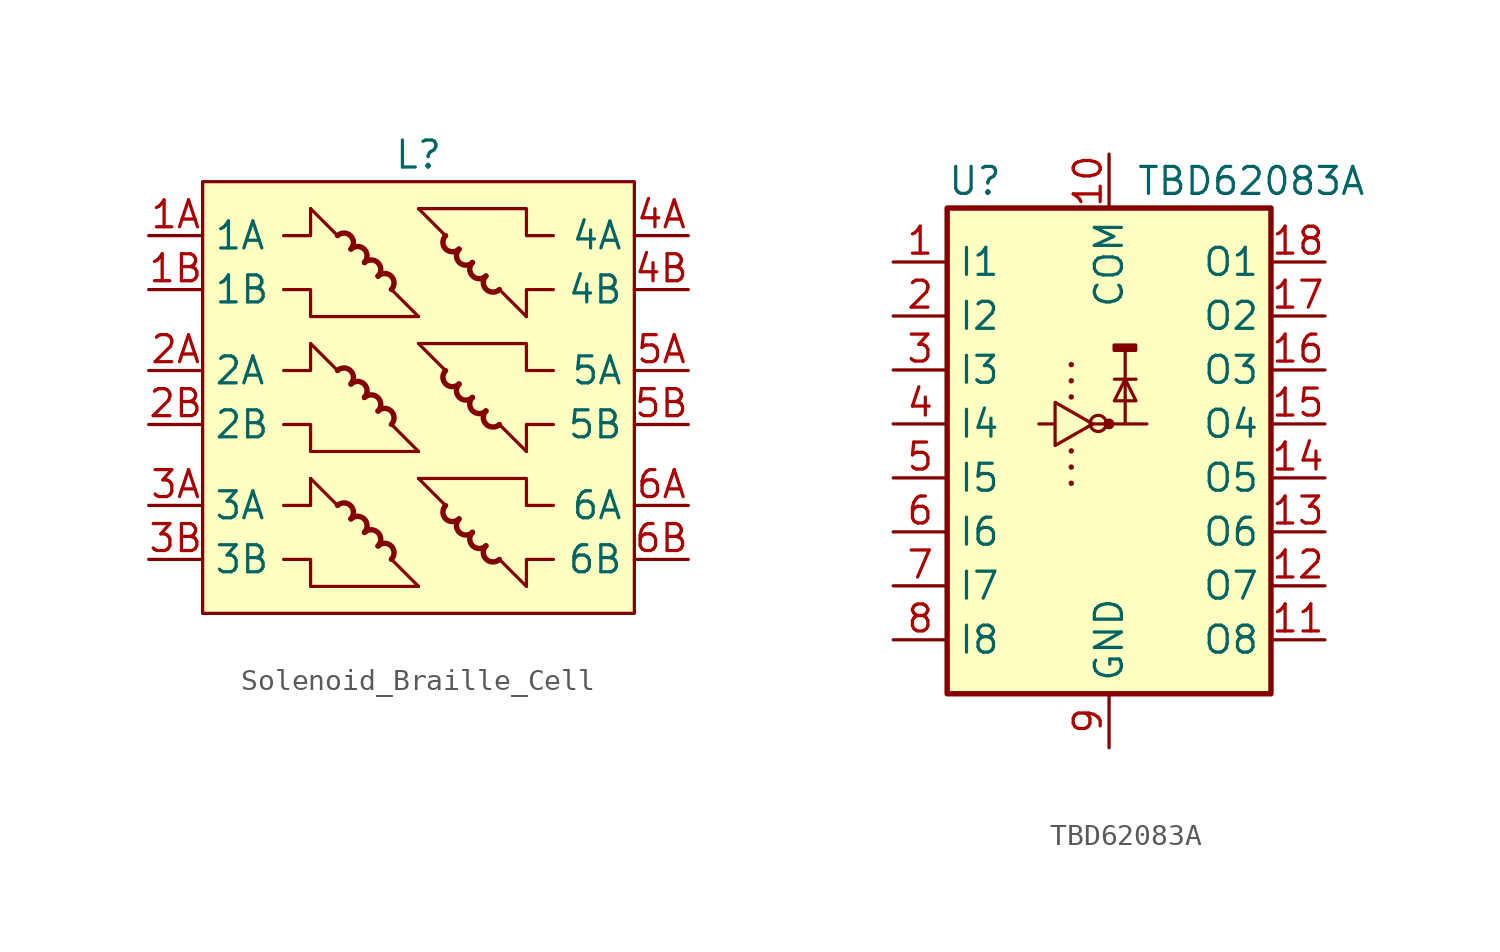
<source format=kicad_sym>
(kicad_symbol_lib
  (version 20231120)
  (generator "kicad_symbol_editor")
  (generator_version "8.0")
  (symbol "Solenoid_Braille_Cell"
    (property "Reference" "L"
      (at 0 11.43 0)
      (effects (font (size 1.27 1.27))))
    (property "Value" ""
      (at -1.27 5.08 0)
      (effects (font (size 1.27 1.27))))
    (symbol "Solenoid_Braille_Cell_0_1"
      (polyline (pts (xy -3.81 -5.08) (xy -5.08 -3.81)) (stroke (width 0) (type default)) (fill (type none)))
      (polyline (pts (xy -3.81 1.27) (xy -5.08 2.54)) (stroke (width 0) (type default)) (fill (type none)))
      (polyline (pts (xy -3.81 7.62) (xy -5.08 8.89)) (stroke (width 0) (type default)) (fill (type none)))
      (polyline (pts (xy 0 -8.89) (xy -1.27 -7.62)) (stroke (width 0) (type default)) (fill (type none)))
      (polyline (pts (xy 0 -3.81) (xy 1.27 -5.08)) (stroke (width 0) (type default)) (fill (type none)))
      (polyline (pts (xy 0 -2.54) (xy -1.27 -1.27)) (stroke (width 0) (type default)) (fill (type none)))
      (polyline (pts (xy 0 2.54) (xy 1.27 1.27)) (stroke (width 0) (type default)) (fill (type none)))
      (polyline (pts (xy 0 3.81) (xy -1.27 5.08)) (stroke (width 0) (type default)) (fill (type none)))
      (polyline (pts (xy 0 8.89) (xy 1.27 7.62)) (stroke (width 0) (type default)) (fill (type none)))
      (polyline (pts (xy 3.81 -7.62) (xy 5.08 -8.89)) (stroke (width 0) (type default)) (fill (type none)))
      (polyline (pts (xy 3.81 -1.27) (xy 5.08 -2.54)) (stroke (width 0) (type default)) (fill (type none)))
      (polyline (pts (xy 3.81 5.08) (xy 5.08 3.81)) (stroke (width 0) (type default)) (fill (type none)))
      (polyline (pts (xy -5.08 -3.81) (xy -5.08 -5.08) (xy -6.35 -5.08)) (stroke (width 0) (type default)) (fill (type none)))
      (polyline (pts (xy -5.08 2.54) (xy -5.08 1.27) (xy -6.35 1.27)) (stroke (width 0) (type default)) (fill (type none)))
      (polyline (pts (xy -5.08 8.89) (xy -5.08 7.62) (xy -6.35 7.62)) (stroke (width 0) (type default)) (fill (type none)))
      (polyline (pts (xy 5.08 -8.89) (xy 5.08 -7.62) (xy 6.35 -7.62)) (stroke (width 0) (type default)) (fill (type none)))
      (polyline (pts (xy 5.08 -2.54) (xy 5.08 -1.27) (xy 6.35 -1.27)) (stroke (width 0) (type default)) (fill (type none)))
      (polyline (pts (xy 5.08 3.81) (xy 5.08 5.08) (xy 6.35 5.08)) (stroke (width 0) (type default)) (fill (type none)))
      (polyline (pts (xy 0 -8.89) (xy -5.08 -8.89) (xy -5.08 -7.62) (xy -6.35 -7.62)) (stroke (width 0) (type default)) (fill (type none)))
      (polyline (pts (xy 0 -3.81) (xy 5.08 -3.81) (xy 5.08 -5.08) (xy 6.35 -5.08)) (stroke (width 0) (type default)) (fill (type none)))
      (polyline (pts (xy 0 -2.54) (xy -5.08 -2.54) (xy -5.08 -1.27) (xy -6.35 -1.27)) (stroke (width 0) (type default)) (fill (type none)))
      (polyline (pts (xy 0 2.54) (xy 5.08 2.54) (xy 5.08 1.27) (xy 6.35 1.27)) (stroke (width 0) (type default)) (fill (type none)))
      (polyline (pts (xy 0 3.81) (xy -5.08 3.81) (xy -5.08 5.08) (xy -6.35 5.08)) (stroke (width 0) (type default)) (fill (type none)))
      (polyline (pts (xy 0 8.89) (xy 5.08 8.89) (xy 5.08 7.62) (xy 6.35 7.62)) (stroke (width 0) (type default)) (fill (type none))))
    (symbol "Solenoid_Braille_Cell_1_1"
      (rectangle (start -10.16 10.16) (end 10.16 -10.16) (stroke (width 0) (type default)) (fill (type background)))
      (arc (start -3.175 -5.715) (mid -3.1862 -5.0912) (end -3.81 -5.08) (stroke (width 0.254) (type default)) (fill (type none)))
      (arc (start -3.175 0.635) (mid -3.1862 1.2588) (end -3.81 1.27) (stroke (width 0.254) (type default)) (fill (type none)))
      (arc (start -3.175 6.985) (mid -3.1862 7.6088) (end -3.81 7.62) (stroke (width 0.254) (type default)) (fill (type none)))
      (arc (start -2.54 -6.35) (mid -2.5462 -5.7212) (end -3.175 -5.715) (stroke (width 0.254) (type default)) (fill (type none)))
      (arc (start -2.54 0) (mid -2.5462 0.6288) (end -3.175 0.635) (stroke (width 0.254) (type default)) (fill (type none)))
      (arc (start -2.54 6.35) (mid -2.5462 6.9788) (end -3.175 6.985) (stroke (width 0.254) (type default)) (fill (type none)))
      (arc (start -1.905 -6.985) (mid -1.9144 -6.3594) (end -2.54 -6.35) (stroke (width 0.254) (type default)) (fill (type none)))
      (arc (start -1.905 -0.635) (mid -1.9144 -0.0094) (end -2.54 0) (stroke (width 0.254) (type default)) (fill (type none)))
      (arc (start -1.905 5.715) (mid -1.9144 6.3406) (end -2.54 6.35) (stroke (width 0.254) (type default)) (fill (type none)))
      (arc (start -1.27 -7.62) (mid -1.2798 -6.9899) (end -1.905 -6.985) (stroke (width 0.254) (type default)) (fill (type none)))
      (arc (start -1.27 -1.27) (mid -1.2798 -0.6399) (end -1.905 -0.635) (stroke (width 0.254) (type default)) (fill (type none)))
      (arc (start -1.27 5.08) (mid -1.2798 5.7101) (end -1.905 5.715) (stroke (width 0.254) (type default)) (fill (type none)))
      (arc (start 1.27 -5.08) (mid 1.2798 -5.7101) (end 1.905 -5.715) (stroke (width 0.254) (type default)) (fill (type none)))
      (arc (start 1.27 1.27) (mid 1.2798 0.6399) (end 1.905 0.635) (stroke (width 0.254) (type default)) (fill (type none)))
      (arc (start 1.27 7.62) (mid 1.2798 6.9899) (end 1.905 6.985) (stroke (width 0.254) (type default)) (fill (type none)))
      (arc (start 1.905 -5.715) (mid 1.9144 -6.3406) (end 2.54 -6.35) (stroke (width 0.254) (type default)) (fill (type none)))
      (arc (start 1.905 0.635) (mid 1.9144 0.0094) (end 2.54 0) (stroke (width 0.254) (type default)) (fill (type none)))
      (arc (start 1.905 6.985) (mid 1.9144 6.3594) (end 2.54 6.35) (stroke (width 0.254) (type default)) (fill (type none)))
      (arc (start 2.54 -6.35) (mid 2.5462 -6.9788) (end 3.175 -6.985) (stroke (width 0.254) (type default)) (fill (type none)))
      (arc (start 2.54 0) (mid 2.5462 -0.6288) (end 3.175 -0.635) (stroke (width 0.254) (type default)) (fill (type none)))
      (arc (start 2.54 6.35) (mid 2.5462 5.7212) (end 3.175 5.715) (stroke (width 0.254) (type default)) (fill (type none)))
      (arc (start 3.175 -6.985) (mid 3.1862 -7.6088) (end 3.81 -7.62) (stroke (width 0.254) (type default)) (fill (type none)))
      (arc (start 3.175 -0.635) (mid 3.1862 -1.2588) (end 3.81 -1.27) (stroke (width 0.254) (type default)) (fill (type none)))
      (arc (start 3.175 5.715) (mid 3.1862 5.0912) (end 3.81 5.08) (stroke (width 0.254) (type default)) (fill (type none)))
      (pin input line (at -12.7 7.62 0) (length 2.54) (name "1A" (effects (font (size 1.27 1.27)))) (number "1A" (effects (font (size 1.27 1.27)))))
      (pin input line (at -12.7 5.08 0) (length 2.54) (name "1B" (effects (font (size 1.27 1.27)))) (number "1B" (effects (font (size 1.27 1.27)))))
      (pin input line (at -12.7 1.27 0) (length 2.54) (name "2A" (effects (font (size 1.27 1.27)))) (number "2A" (effects (font (size 1.27 1.27)))))
      (pin input line (at -12.7 -1.27 0) (length 2.54) (name "2B" (effects (font (size 1.27 1.27)))) (number "2B" (effects (font (size 1.27 1.27)))))
      (pin input line (at -12.7 -5.08 0) (length 2.54) (name "3A" (effects (font (size 1.27 1.27)))) (number "3A" (effects (font (size 1.27 1.27)))))
      (pin input line (at -12.7 -7.62 0) (length 2.54) (name "3B" (effects (font (size 1.27 1.27)))) (number "3B" (effects (font (size 1.27 1.27)))))
      (pin input line (at 12.7 7.62 180) (length 2.54) (name "4A" (effects (font (size 1.27 1.27)))) (number "4A" (effects (font (size 1.27 1.27)))))
      (pin input line (at 12.7 5.08 180) (length 2.54) (name "4B" (effects (font (size 1.27 1.27)))) (number "4B" (effects (font (size 1.27 1.27)))))
      (pin input line (at 12.7 1.27 180) (length 2.54) (name "5A" (effects (font (size 1.27 1.27)))) (number "5A" (effects (font (size 1.27 1.27)))))
      (pin input line (at 12.7 -1.27 180) (length 2.54) (name "5B" (effects (font (size 1.27 1.27)))) (number "5B" (effects (font (size 1.27 1.27)))))
      (pin input line (at 12.7 -5.08 180) (length 2.54) (name "6A" (effects (font (size 1.27 1.27)))) (number "6A" (effects (font (size 1.27 1.27)))))
      (pin input line (at 12.7 -7.62 180) (length 2.54) (name "6B" (effects (font (size 1.27 1.27)))) (number "6B" (effects (font (size 1.27 1.27)))))))
  (symbol "TBD62083A"
    (property "Reference" "U"
      (at -7.62 11.43 0)
      (effects (font (size 1.27 1.27)) (justify left)))
    (property "Value" "TBD62083A"
      (at 1.27 11.43 0)
      (effects (font (size 1.27 1.27)) (justify left)))
    (symbol "TBD62083A_0_1"
      (rectangle (start -7.62 10.16) (end 7.62 -12.7) (stroke (width 0.254) (type default)) (fill (type background)))
      (polyline (pts (xy -1.778 -2.794) (xy -1.778 -2.794)) (stroke (width 0.254) (type default)) (fill (type none)))
      (polyline (pts (xy -1.778 -2.032) (xy -1.778 -2.032)) (stroke (width 0.254) (type default)) (fill (type none)))
      (polyline (pts (xy -1.778 -1.27) (xy -1.778 -1.27)) (stroke (width 0.254) (type default)) (fill (type none)))
      (polyline (pts (xy -1.778 1.27) (xy -1.778 1.27)) (stroke (width 0.254) (type default)) (fill (type none)))
      (polyline (pts (xy -1.778 2.032) (xy -1.778 2.032)) (stroke (width 0.254) (type default)) (fill (type none)))
      (polyline (pts (xy -1.778 2.794) (xy -1.778 2.794)) (stroke (width 0.254) (type default)) (fill (type none)))
      (polyline (pts (xy -0.762 0) (xy 1.778 0)) (stroke (width 0) (type default)) (fill (type none)))
      (polyline (pts (xy 0 0) (xy 0 0)) (stroke (width 0.508) (type default)) (fill (type none)))
      (polyline (pts (xy 0.251 2.104) (xy 1.267 2.104)) (stroke (width 0) (type default)) (fill (type none)))
      (polyline (pts (xy 0.759 3.374) (xy 0.759 0.072)) (stroke (width 0) (type default)) (fill (type none)))
      (polyline (pts (xy 0.759 2.104) (xy 0.251 1.088) (xy 1.267 1.088) (xy 0.759 2.104)) (stroke (width 0) (type default)) (fill (type none)))
      (polyline (pts (xy -3.302 0) (xy -2.54 0) (xy -2.54 1.016) (xy -0.762 0) (xy -2.54 -1.016) (xy -2.54 0)) (stroke (width 0) (type default)) (fill (type none)))
      (rectangle (start 0.238 3.714) (end 1.254 3.46) (stroke (width 0) (type default)) (fill (type outline))))
    (symbol "TBD62083A_1_1"
      (circle (center -0.511 0.024) (radius 0.381) (stroke (width 0) (type default)) (fill (type color) (color 255 255 194 1)))
      (pin input line (at -10.16 7.62 0) (length 2.54) (name "I1" (effects (font (size 1.27 1.27)))) (number "1" (effects (font (size 1.27 1.27)))))
      (pin power_in line (at 0 12.7 270) (length 2.54) (name "COM" (effects (font (size 1.27 1.27)))) (number "10" (effects (font (size 1.27 1.27)))))
      (pin open_emitter line (at 10.16 -10.16 180) (length 2.54) (name "O8" (effects (font (size 1.27 1.27)))) (number "11" (effects (font (size 1.27 1.27)))))
      (pin open_emitter line (at 10.16 -7.62 180) (length 2.54) (name "O7" (effects (font (size 1.27 1.27)))) (number "12" (effects (font (size 1.27 1.27)))))
      (pin open_emitter line (at 10.16 -5.08 180) (length 2.54) (name "O6" (effects (font (size 1.27 1.27)))) (number "13" (effects (font (size 1.27 1.27)))))
      (pin open_emitter line (at 10.16 -2.54 180) (length 2.54) (name "O5" (effects (font (size 1.27 1.27)))) (number "14" (effects (font (size 1.27 1.27)))))
      (pin open_emitter line (at 10.16 0 180) (length 2.54) (name "O4" (effects (font (size 1.27 1.27)))) (number "15" (effects (font (size 1.27 1.27)))))
      (pin open_emitter line (at 10.16 2.54 180) (length 2.54) (name "O3" (effects (font (size 1.27 1.27)))) (number "16" (effects (font (size 1.27 1.27)))))
      (pin open_emitter line (at 10.16 5.08 180) (length 2.54) (name "O2" (effects (font (size 1.27 1.27)))) (number "17" (effects (font (size 1.27 1.27)))))
      (pin open_emitter line (at 10.16 7.62 180) (length 2.54) (name "O1" (effects (font (size 1.27 1.27)))) (number "18" (effects (font (size 1.27 1.27)))))
      (pin input line (at -10.16 5.08 0) (length 2.54) (name "I2" (effects (font (size 1.27 1.27)))) (number "2" (effects (font (size 1.27 1.27)))))
      (pin input line (at -10.16 2.54 0) (length 2.54) (name "I3" (effects (font (size 1.27 1.27)))) (number "3" (effects (font (size 1.27 1.27)))))
      (pin input line (at -10.16 0 0) (length 2.54) (name "I4" (effects (font (size 1.27 1.27)))) (number "4" (effects (font (size 1.27 1.27)))))
      (pin input line (at -10.16 -2.54 0) (length 2.54) (name "I5" (effects (font (size 1.27 1.27)))) (number "5" (effects (font (size 1.27 1.27)))))
      (pin input line (at -10.16 -5.08 0) (length 2.54) (name "I6" (effects (font (size 1.27 1.27)))) (number "6" (effects (font (size 1.27 1.27)))))
      (pin input line (at -10.16 -7.62 0) (length 2.54) (name "I7" (effects (font (size 1.27 1.27)))) (number "7" (effects (font (size 1.27 1.27)))))
      (pin input line (at -10.16 -10.16 0) (length 2.54) (name "I8" (effects (font (size 1.27 1.27)))) (number "8" (effects (font (size 1.27 1.27)))))
      (pin power_in line (at 0 -15.24 90) (length 2.54) (name "GND" (effects (font (size 1.27 1.27)))) (number "9" (effects (font (size 1.27 1.27))))))))
</source>
